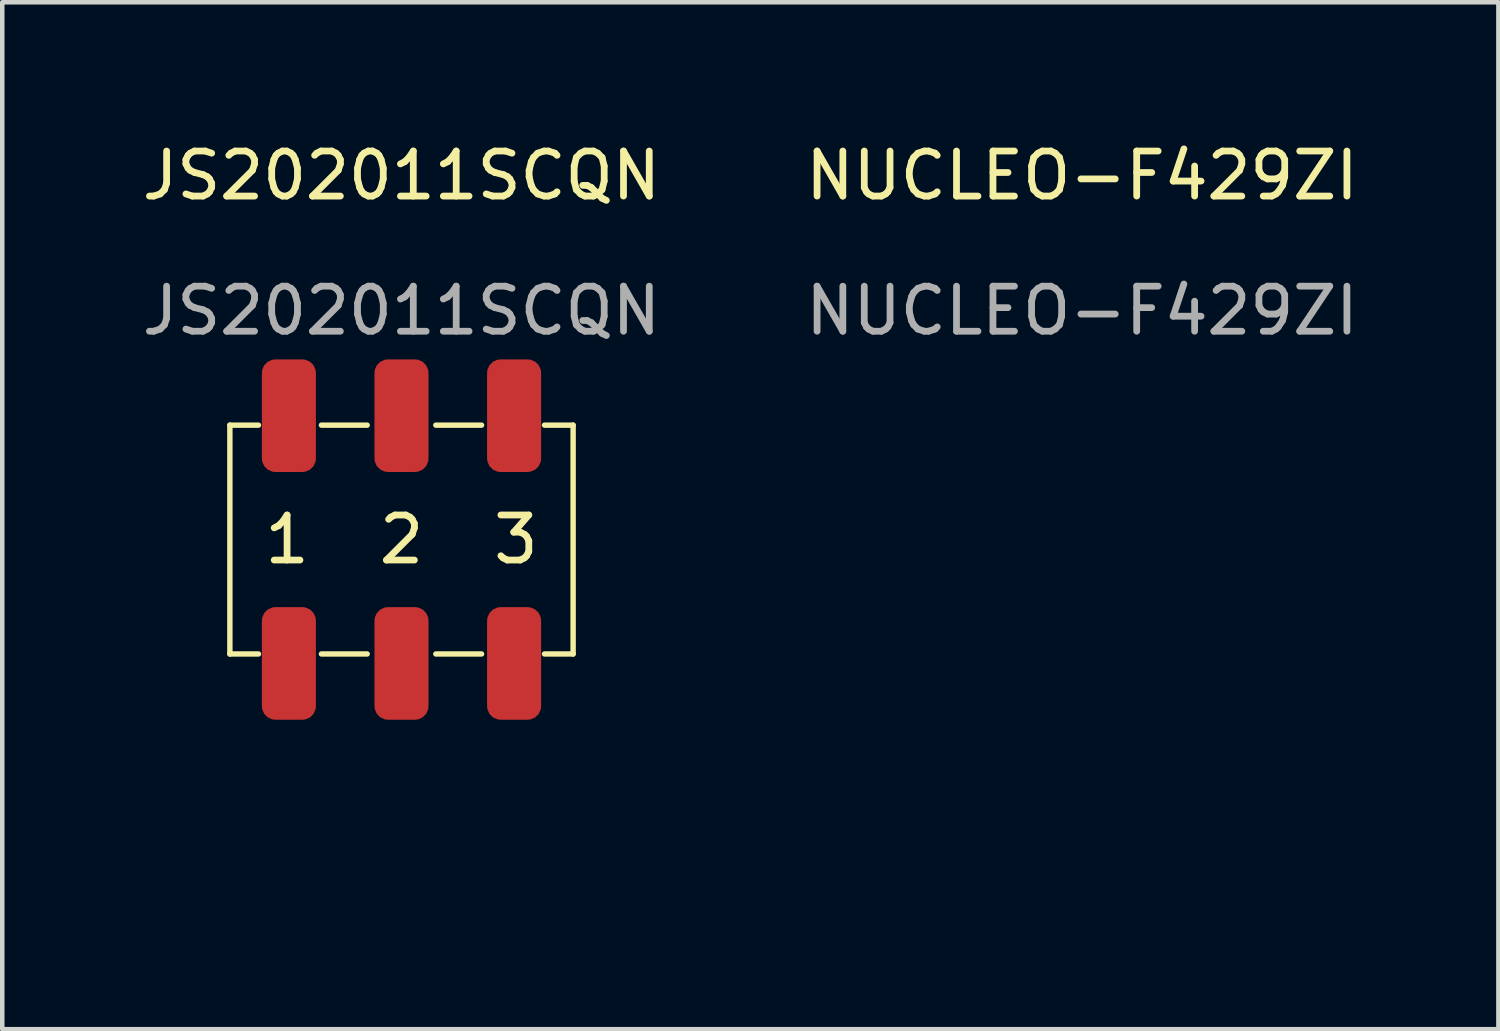
<source format=kicad_pcb>
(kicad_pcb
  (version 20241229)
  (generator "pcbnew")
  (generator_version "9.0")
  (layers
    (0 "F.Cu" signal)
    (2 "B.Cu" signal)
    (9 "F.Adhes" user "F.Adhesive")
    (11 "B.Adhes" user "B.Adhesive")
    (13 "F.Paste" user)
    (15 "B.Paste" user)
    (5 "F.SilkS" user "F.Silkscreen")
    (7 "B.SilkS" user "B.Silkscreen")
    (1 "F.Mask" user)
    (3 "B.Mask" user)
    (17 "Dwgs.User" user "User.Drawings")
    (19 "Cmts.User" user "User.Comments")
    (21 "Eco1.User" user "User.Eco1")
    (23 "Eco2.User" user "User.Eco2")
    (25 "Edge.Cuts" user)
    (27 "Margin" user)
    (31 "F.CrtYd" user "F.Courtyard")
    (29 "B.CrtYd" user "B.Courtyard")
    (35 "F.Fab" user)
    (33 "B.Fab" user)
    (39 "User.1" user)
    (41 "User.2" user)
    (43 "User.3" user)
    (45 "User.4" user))
  (footprint "NUCLEO-F429ZI"
    (layer "F.Cu")
    (at 20.97 16.548)
    (property "Reference" "NUCLEO-F429ZI" (at 0 -15.7 0) (unlocked yes) (layer "F.SilkS") (effects (font (size 1 1) (thickness 0.15))))
    (attr through_hole)
    (fp_text user "${REFERENCE}" (at 0 -12.7 0) (unlocked yes) (layer "F.Fab") (effects (font (size 1 1) (thickness 0.15)))))
  (footprint "JS202011SCQN"
    (layer "F.Cu")
    (at 5.863 8.928)
    (property "Reference" "JS202011SCQN" (at 0 -8.08 0) (unlocked yes) (layer "F.SilkS") (effects (font (size 1 1) (thickness 0.15))))
    (attr smd)
    (fp_line (start -3.81 -2.54) (end -3.81 2.54) (stroke (width 0.12) (type solid)) (layer "F.SilkS"))
    (fp_line (start -3.81 -2.54) (end -3.175 -2.54) (stroke (width 0.12) (type solid)) (layer "F.SilkS"))
    (fp_line (start -3.81 2.54) (end -3.175 2.54) (stroke (width 0.12) (type solid)) (layer "F.SilkS"))
    (fp_line (start -1.778 -2.54) (end -0.762 -2.54) (stroke (width 0.12) (type solid)) (layer "F.SilkS"))
    (fp_line (start -0.762 2.54) (end -1.778 2.54) (stroke (width 0.12) (type solid)) (layer "F.SilkS"))
    (fp_line (start 0.762 -2.54) (end 1.778 -2.54) (stroke (width 0.12) (type solid)) (layer "F.SilkS"))
    (fp_line (start 1.778 2.54) (end 0.762 2.54) (stroke (width 0.12) (type solid)) (layer "F.SilkS"))
    (fp_line (start 3.175 -2.54) (end 3.81 -2.54) (stroke (width 0.12) (type solid)) (layer "F.SilkS"))
    (fp_line (start 3.81 -2.54) (end 3.81 2.54) (stroke (width 0.12) (type solid)) (layer "F.SilkS"))
    (fp_line (start 3.81 2.54) (end 3.175 2.54) (stroke (width 0.12) (type solid)) (layer "F.SilkS"))
    (fp_text user "3" (at 2.54 0 0) (unlocked yes) (layer "F.SilkS") (effects (font (size 1 1) (thickness 0.15))))
    (fp_text user "2" (at 0 0 0) (unlocked yes) (layer "F.SilkS") (effects (font (size 1 1) (thickness 0.15))))
    (fp_text user "1" (at -2.54 0 0) (unlocked yes) (layer "F.SilkS") (effects (font (size 1 1) (thickness 0.15))))
    (fp_text user "${REFERENCE}" (at 0 -5.08 0) (unlocked yes) (layer "F.Fab") (effects (font (size 1 1) (thickness 0.15))))
    (pad "1" smd roundrect (at -2.5 -2.75 90) (size 2.5 1.2) (layers "F.Cu" "F.Mask" "F.Paste") (roundrect_rratio 0.25))
    (pad "1" smd roundrect (at -2.5 2.75 90) (size 2.5 1.2) (layers "F.Cu" "F.Mask" "F.Paste") (roundrect_rratio 0.25))
    (pad "2" smd roundrect (at 0 -2.75 90) (size 2.5 1.2) (layers "F.Cu" "F.Mask" "F.Paste") (roundrect_rratio 0.25))
    (pad "2" smd roundrect (at 0 2.75 90) (size 2.5 1.2) (layers "F.Cu" "F.Mask" "F.Paste") (roundrect_rratio 0.25))
    (pad "3" smd roundrect (at 2.5 -2.75 90) (size 2.5 1.2) (layers "F.Cu" "F.Mask" "F.Paste") (roundrect_rratio 0.25))
    (pad "3" smd roundrect (at 2.5 2.75 90) (size 2.5 1.2) (layers "F.Cu" "F.Mask" "F.Paste") (roundrect_rratio 0.25)))
  (gr_rect
    (start -3 -3)
    (end 30.214 19.798)
    (stroke (width 0.1) (type default))
    (fill no)
    (layer "Edge.Cuts")))
</source>
